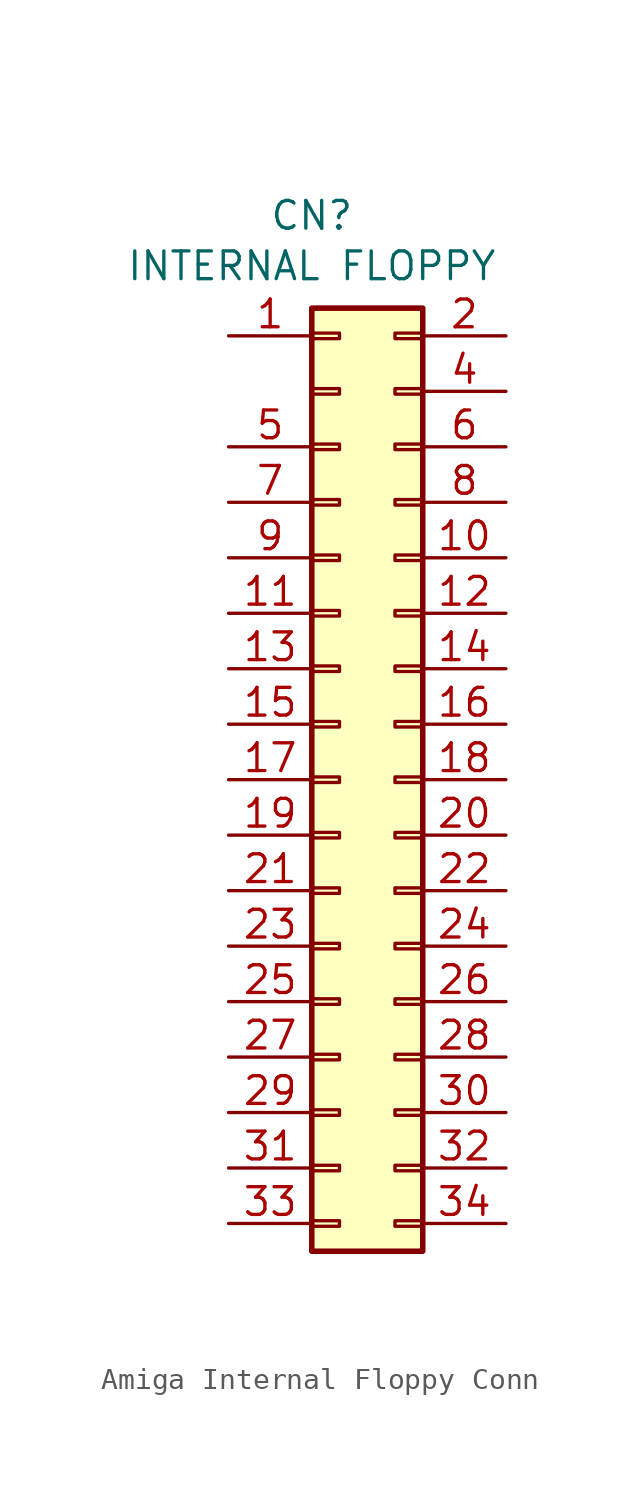
<source format=kicad_sym>
(kicad_symbol_lib
  (version 20220914)
  (generator kicad_symbol_editor)
  (symbol "Amiga Internal Floppy Conn"
    (pin_names
      (offset 1.016) hide)
    (property "Reference" "CN"
      (at -1.27 25.832 0)
      (effects (font (size 1.27 1.27))))
    (property "Value" "INTERNAL FLOPPY"
      (at -1.27 23.52 0)
      (effects (font (size 1.27 1.27))))
    (symbol "Amiga Internal Floppy Conn_1_1"
      (rectangle (start -1.27 -20.193) (end 0 -20.447) (stroke (width 0.152) (type default)) (fill (type none)))
      (rectangle (start -1.27 -17.653) (end 0 -17.907) (stroke (width 0.152) (type default)) (fill (type none)))
      (rectangle (start -1.27 -15.113) (end 0 -15.367) (stroke (width 0.152) (type default)) (fill (type none)))
      (rectangle (start -1.27 -12.573) (end 0 -12.827) (stroke (width 0.152) (type default)) (fill (type none)))
      (rectangle (start -1.27 -10.033) (end 0 -10.287) (stroke (width 0.152) (type default)) (fill (type none)))
      (rectangle (start -1.27 -7.493) (end 0 -7.747) (stroke (width 0.152) (type default)) (fill (type none)))
      (rectangle (start -1.27 -4.953) (end 0 -5.207) (stroke (width 0.152) (type default)) (fill (type none)))
      (rectangle (start -1.27 -2.413) (end 0 -2.667) (stroke (width 0.152) (type default)) (fill (type none)))
      (rectangle (start -1.27 0.127) (end 0 -0.127) (stroke (width 0.152) (type default)) (fill (type none)))
      (rectangle (start -1.27 2.667) (end 0 2.413) (stroke (width 0.152) (type default)) (fill (type none)))
      (rectangle (start -1.27 5.207) (end 0 4.953) (stroke (width 0.152) (type default)) (fill (type none)))
      (rectangle (start -1.27 7.747) (end 0 7.493) (stroke (width 0.152) (type default)) (fill (type none)))
      (rectangle (start -1.27 10.287) (end 0 10.033) (stroke (width 0.152) (type default)) (fill (type none)))
      (rectangle (start -1.27 12.827) (end 0 12.573) (stroke (width 0.152) (type default)) (fill (type none)))
      (rectangle (start -1.27 15.367) (end 0 15.113) (stroke (width 0.152) (type default)) (fill (type none)))
      (rectangle (start -1.27 17.907) (end 0 17.653) (stroke (width 0.152) (type default)) (fill (type none)))
      (rectangle (start -1.27 20.447) (end 0 20.193) (stroke (width 0.152) (type default)) (fill (type none)))
      (rectangle (start -1.27 21.59) (end 3.81 -21.59) (stroke (width 0.254) (type default)) (fill (type background)))
      (rectangle (start 3.81 -20.193) (end 2.54 -20.447) (stroke (width 0.152) (type default)) (fill (type none)))
      (rectangle (start 3.81 -17.653) (end 2.54 -17.907) (stroke (width 0.152) (type default)) (fill (type none)))
      (rectangle (start 3.81 -15.113) (end 2.54 -15.367) (stroke (width 0.152) (type default)) (fill (type none)))
      (rectangle (start 3.81 -12.573) (end 2.54 -12.827) (stroke (width 0.152) (type default)) (fill (type none)))
      (rectangle (start 3.81 -10.033) (end 2.54 -10.287) (stroke (width 0.152) (type default)) (fill (type none)))
      (rectangle (start 3.81 -7.493) (end 2.54 -7.747) (stroke (width 0.152) (type default)) (fill (type none)))
      (rectangle (start 3.81 -4.953) (end 2.54 -5.207) (stroke (width 0.152) (type default)) (fill (type none)))
      (rectangle (start 3.81 -2.413) (end 2.54 -2.667) (stroke (width 0.152) (type default)) (fill (type none)))
      (rectangle (start 3.81 0.127) (end 2.54 -0.127) (stroke (width 0.152) (type default)) (fill (type none)))
      (rectangle (start 3.81 2.667) (end 2.54 2.413) (stroke (width 0.152) (type default)) (fill (type none)))
      (rectangle (start 3.81 5.207) (end 2.54 4.953) (stroke (width 0.152) (type default)) (fill (type none)))
      (rectangle (start 3.81 7.747) (end 2.54 7.493) (stroke (width 0.152) (type default)) (fill (type none)))
      (rectangle (start 3.81 10.287) (end 2.54 10.033) (stroke (width 0.152) (type default)) (fill (type none)))
      (rectangle (start 3.81 12.827) (end 2.54 12.573) (stroke (width 0.152) (type default)) (fill (type none)))
      (rectangle (start 3.81 15.367) (end 2.54 15.113) (stroke (width 0.152) (type default)) (fill (type none)))
      (rectangle (start 3.81 17.907) (end 2.54 17.653) (stroke (width 0.152) (type default)) (fill (type none)))
      (rectangle (start 3.81 20.447) (end 2.54 20.193) (stroke (width 0.152) (type default)) (fill (type none)))
      (pin passive line (at -5.08 20.32 0) (length 3.81) (name "Pin_1" (effects (font (size 1.27 1.27)))) (number "1" (effects (font (size 1.27 1.27)))))
      (pin passive line (at 7.62 10.16 180) (length 3.81) (name "Pin_10" (effects (font (size 1.27 1.27)))) (number "10" (effects (font (size 1.27 1.27)))))
      (pin passive line (at -5.08 7.62 0) (length 3.81) (name "Pin_11" (effects (font (size 1.27 1.27)))) (number "11" (effects (font (size 1.27 1.27)))))
      (pin passive line (at 7.62 7.62 180) (length 3.81) (name "Pin_12" (effects (font (size 1.27 1.27)))) (number "12" (effects (font (size 1.27 1.27)))))
      (pin passive line (at -5.08 5.08 0) (length 3.81) (name "Pin_13" (effects (font (size 1.27 1.27)))) (number "13" (effects (font (size 1.27 1.27)))))
      (pin passive line (at 7.62 5.08 180) (length 3.81) (name "Pin_14" (effects (font (size 1.27 1.27)))) (number "14" (effects (font (size 1.27 1.27)))))
      (pin passive line (at -5.08 2.54 0) (length 3.81) (name "Pin_15" (effects (font (size 1.27 1.27)))) (number "15" (effects (font (size 1.27 1.27)))))
      (pin passive line (at 7.62 2.54 180) (length 3.81) (name "Pin_16" (effects (font (size 1.27 1.27)))) (number "16" (effects (font (size 1.27 1.27)))))
      (pin passive line (at -5.08 0 0) (length 3.81) (name "Pin_17" (effects (font (size 1.27 1.27)))) (number "17" (effects (font (size 1.27 1.27)))))
      (pin passive line (at 7.62 0 180) (length 3.81) (name "Pin_18" (effects (font (size 1.27 1.27)))) (number "18" (effects (font (size 1.27 1.27)))))
      (pin passive line (at -5.08 -2.54 0) (length 3.81) (name "Pin_19" (effects (font (size 1.27 1.27)))) (number "19" (effects (font (size 1.27 1.27)))))
      (pin passive line (at 7.62 20.32 180) (length 3.81) (name "Pin_2" (effects (font (size 1.27 1.27)))) (number "2" (effects (font (size 1.27 1.27)))))
      (pin passive line (at 7.62 -2.54 180) (length 3.81) (name "Pin_20" (effects (font (size 1.27 1.27)))) (number "20" (effects (font (size 1.27 1.27)))))
      (pin passive line (at -5.08 -5.08 0) (length 3.81) (name "Pin_21" (effects (font (size 1.27 1.27)))) (number "21" (effects (font (size 1.27 1.27)))))
      (pin passive line (at 7.62 -5.08 180) (length 3.81) (name "Pin_22" (effects (font (size 1.27 1.27)))) (number "22" (effects (font (size 1.27 1.27)))))
      (pin passive line (at -5.08 -7.62 0) (length 3.81) (name "Pin_23" (effects (font (size 1.27 1.27)))) (number "23" (effects (font (size 1.27 1.27)))))
      (pin passive line (at 7.62 -7.62 180) (length 3.81) (name "Pin_24" (effects (font (size 1.27 1.27)))) (number "24" (effects (font (size 1.27 1.27)))))
      (pin passive line (at -5.08 -10.16 0) (length 3.81) (name "Pin_25" (effects (font (size 1.27 1.27)))) (number "25" (effects (font (size 1.27 1.27)))))
      (pin passive line (at 7.62 -10.16 180) (length 3.81) (name "Pin_26" (effects (font (size 1.27 1.27)))) (number "26" (effects (font (size 1.27 1.27)))))
      (pin passive line (at -5.08 -12.7 0) (length 3.81) (name "Pin_27" (effects (font (size 1.27 1.27)))) (number "27" (effects (font (size 1.27 1.27)))))
      (pin passive line (at 7.62 -12.7 180) (length 3.81) (name "Pin_28" (effects (font (size 1.27 1.27)))) (number "28" (effects (font (size 1.27 1.27)))))
      (pin passive line (at -5.08 -15.24 0) (length 3.81) (name "Pin_29" (effects (font (size 1.27 1.27)))) (number "29" (effects (font (size 1.27 1.27)))))
      (pin passive line (at 7.62 -15.24 180) (length 3.81) (name "Pin_30" (effects (font (size 1.27 1.27)))) (number "30" (effects (font (size 1.27 1.27)))))
      (pin passive line (at -5.08 -17.78 0) (length 3.81) (name "Pin_31" (effects (font (size 1.27 1.27)))) (number "31" (effects (font (size 1.27 1.27)))))
      (pin passive line (at 7.62 -17.78 180) (length 3.81) (name "Pin_32" (effects (font (size 1.27 1.27)))) (number "32" (effects (font (size 1.27 1.27)))))
      (pin passive line (at -5.08 -20.32 0) (length 3.81) (name "Pin_33" (effects (font (size 1.27 1.27)))) (number "33" (effects (font (size 1.27 1.27)))))
      (pin passive line (at 7.62 -20.32 180) (length 3.81) (name "Pin_34" (effects (font (size 1.27 1.27)))) (number "34" (effects (font (size 1.27 1.27)))))
      (pin passive line (at 7.62 17.78 180) (length 3.81) (name "Pin_4" (effects (font (size 1.27 1.27)))) (number "4" (effects (font (size 1.27 1.27)))))
      (pin passive line (at -5.08 15.24 0) (length 3.81) (name "Pin_5" (effects (font (size 1.27 1.27)))) (number "5" (effects (font (size 1.27 1.27)))))
      (pin passive line (at 7.62 15.24 180) (length 3.81) (name "Pin_6" (effects (font (size 1.27 1.27)))) (number "6" (effects (font (size 1.27 1.27)))))
      (pin passive line (at -5.08 12.7 0) (length 3.81) (name "Pin_7" (effects (font (size 1.27 1.27)))) (number "7" (effects (font (size 1.27 1.27)))))
      (pin passive line (at 7.62 12.7 180) (length 3.81) (name "Pin_8" (effects (font (size 1.27 1.27)))) (number "8" (effects (font (size 1.27 1.27)))))
      (pin passive line (at -5.08 10.16 0) (length 3.81) (name "Pin_9" (effects (font (size 1.27 1.27)))) (number "9" (effects (font (size 1.27 1.27))))))))
</source>
